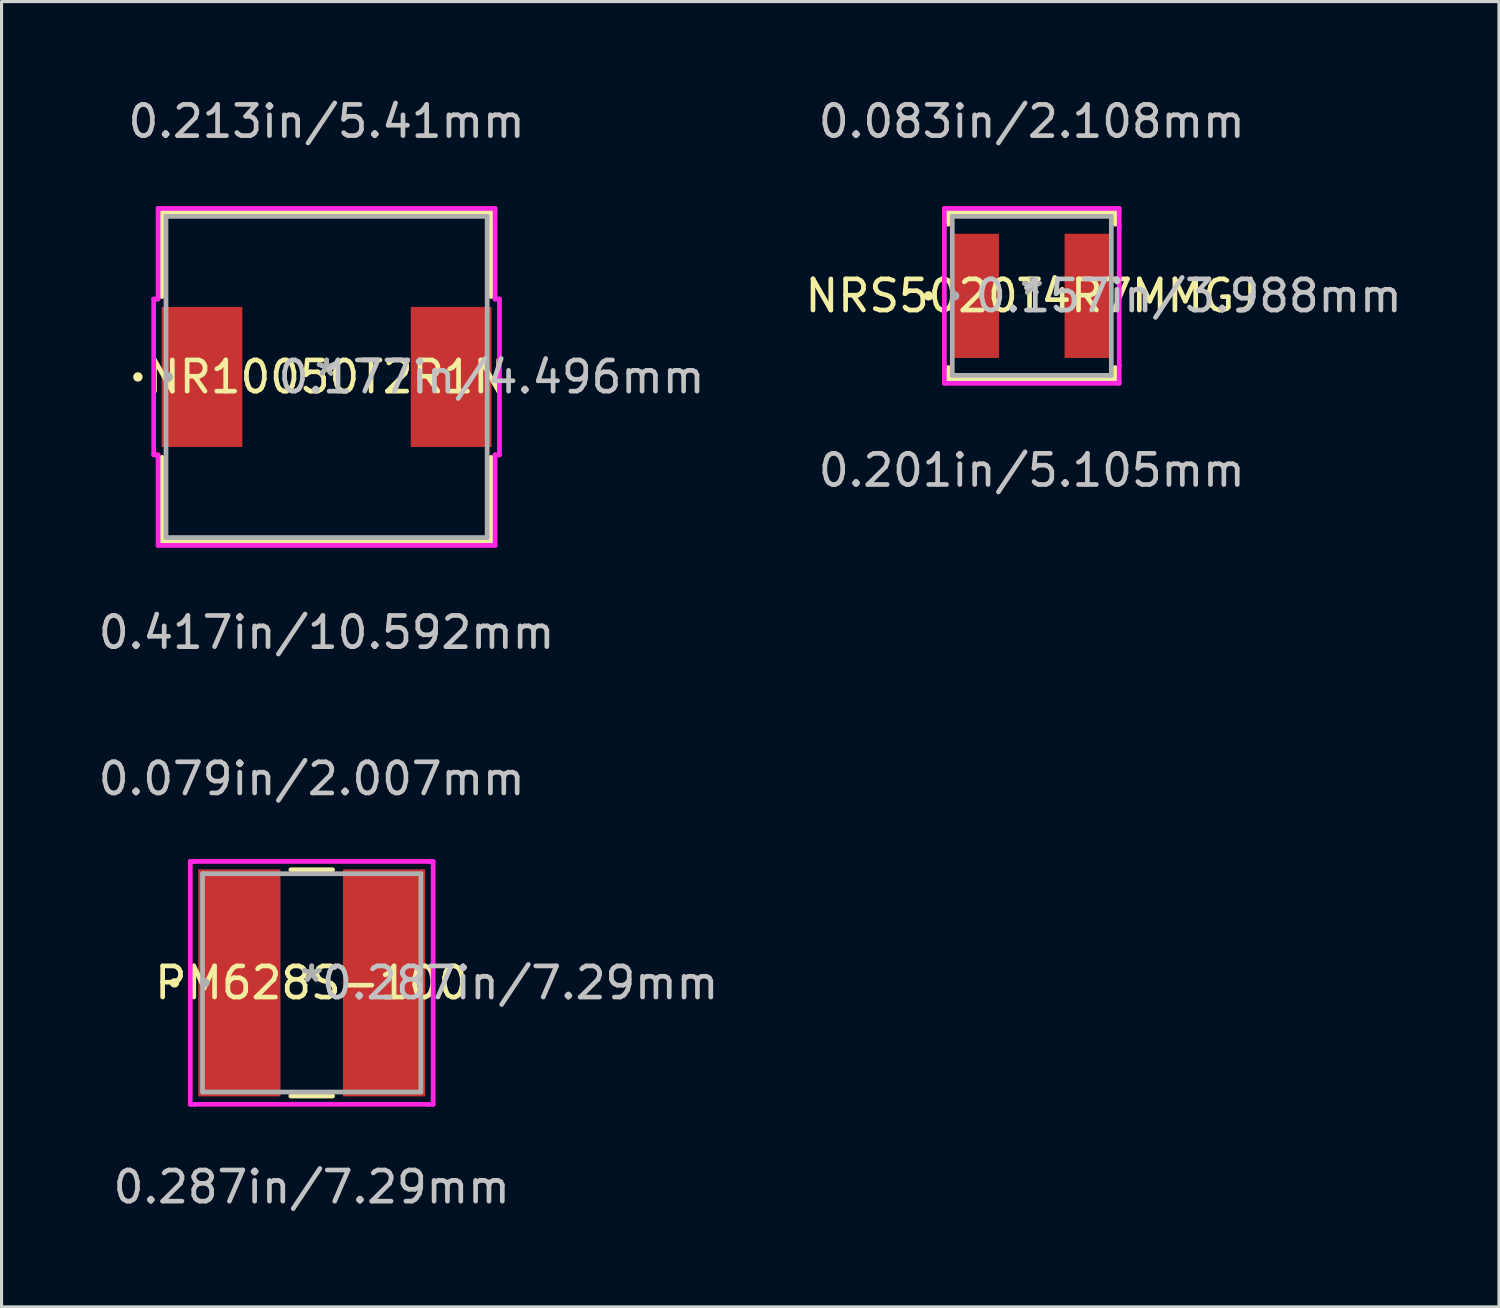
<source format=kicad_pcb>
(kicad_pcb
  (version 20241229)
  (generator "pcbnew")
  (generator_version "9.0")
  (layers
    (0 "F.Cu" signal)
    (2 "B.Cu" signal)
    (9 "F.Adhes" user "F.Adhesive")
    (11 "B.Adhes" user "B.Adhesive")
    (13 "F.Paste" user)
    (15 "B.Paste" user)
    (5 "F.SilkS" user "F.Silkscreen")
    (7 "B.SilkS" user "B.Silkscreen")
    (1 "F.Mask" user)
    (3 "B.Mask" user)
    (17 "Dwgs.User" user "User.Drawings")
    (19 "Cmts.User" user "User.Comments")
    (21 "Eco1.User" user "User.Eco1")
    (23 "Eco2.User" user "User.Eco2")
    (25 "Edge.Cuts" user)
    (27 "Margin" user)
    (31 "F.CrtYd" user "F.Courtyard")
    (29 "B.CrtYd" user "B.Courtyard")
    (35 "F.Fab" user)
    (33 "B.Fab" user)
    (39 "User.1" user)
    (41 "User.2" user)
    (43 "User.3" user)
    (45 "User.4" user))
  (footprint "PM628S-100"
    (layer "F.Cu")
    (at 6.958 28.506)
    (property "Reference" "PM628S-100" (at 0 0 0) (layer "F.SilkS") (effects (font (size 1 1) (thickness 0.15))))
    (attr through_hole)
    (fp_line (start -0.671 3.632) (end 0.671 3.632) (stroke (width 0.152) (type solid)) (layer "F.SilkS"))
    (fp_line (start 0.671 -3.632) (end -0.671 -3.632) (stroke (width 0.152) (type solid)) (layer "F.SilkS"))
    (fp_circle (center -4.407 0) (end -4.331 0) (stroke (width 0.152) (type solid)) (fill no) (layer "F.SilkS"))
    (fp_line (start -3.899 -3.899) (end -3.759 -3.899) (stroke (width 0.152) (type solid)) (layer "F.CrtYd"))
    (fp_line (start -3.899 3.899) (end -3.899 -3.899) (stroke (width 0.152) (type solid)) (layer "F.CrtYd"))
    (fp_line (start -3.759 -3.899) (end -3.759 -3.899) (stroke (width 0.152) (type solid)) (layer "F.CrtYd"))
    (fp_line (start -3.759 -3.899) (end 3.759 -3.899) (stroke (width 0.152) (type solid)) (layer "F.CrtYd"))
    (fp_line (start -3.759 3.899) (end -3.899 3.899) (stroke (width 0.152) (type solid)) (layer "F.CrtYd"))
    (fp_line (start -3.759 3.899) (end -3.759 3.899) (stroke (width 0.152) (type solid)) (layer "F.CrtYd"))
    (fp_line (start 3.759 -3.899) (end 3.759 -3.899) (stroke (width 0.152) (type solid)) (layer "F.CrtYd"))
    (fp_line (start 3.759 -3.899) (end 3.899 -3.899) (stroke (width 0.152) (type solid)) (layer "F.CrtYd"))
    (fp_line (start 3.759 3.899) (end -3.759 3.899) (stroke (width 0.152) (type solid)) (layer "F.CrtYd"))
    (fp_line (start 3.759 3.899) (end 3.759 3.899) (stroke (width 0.152) (type solid)) (layer "F.CrtYd"))
    (fp_line (start 3.899 -3.899) (end 3.899 3.899) (stroke (width 0.152) (type solid)) (layer "F.CrtYd"))
    (fp_line (start 3.899 3.899) (end 3.759 3.899) (stroke (width 0.152) (type solid)) (layer "F.CrtYd"))
    (fp_line (start -3.505 -3.505) (end -3.505 3.505) (stroke (width 0.152) (type solid)) (layer "F.Fab"))
    (fp_line (start -3.505 3.505) (end 3.505 3.505) (stroke (width 0.152) (type solid)) (layer "F.Fab"))
    (fp_line (start 3.505 -3.505) (end -3.505 -3.505) (stroke (width 0.152) (type solid)) (layer "F.Fab"))
    (fp_line (start 3.505 3.505) (end 3.505 -3.505) (stroke (width 0.152) (type solid)) (layer "F.Fab"))
    (fp_circle (center -3.429 0) (end -3.353 0) (stroke (width 0.152) (type solid)) (fill no) (layer "F.Fab"))
    (fp_text user "*" (at 0 0 0) (layer "F.SilkS") (effects (font (size 1 1) (thickness 0.15))))
    (fp_text user "0.287in/7.29mm" (at 6.693 0 0) (layer "Dwgs.User") (effects (font (size 1 1) (thickness 0.15))))
    (fp_text user "0.287in/7.29mm" (at 0 6.553 0) (layer "Dwgs.User") (effects (font (size 1 1) (thickness 0.15))))
    (fp_text user "0.079in/2.007mm" (at 0 -6.553 0) (layer "Dwgs.User") (effects (font (size 1 1) (thickness 0.15))))
    (fp_text user "Copyright 2016 Accelerated Designs. All rights reserved." (at 0 0 0) (layer "Cmts.User") (effects (font (size 0.127 0.127) (thickness 0.002))))
    (fp_text user "*" (at 0 0 0) (layer "F.Fab") (effects (font (size 1 1) (thickness 0.15))))
    (pad "1" smd rect (at -2.324 0) (size 2.642 7.29) (layers "F.Cu" "F.Mask" "F.Paste"))
    (pad "2" smd rect (at 2.324 0) (size 2.642 7.29) (layers "F.Cu" "F.Mask" "F.Paste")))
  (footprint "NR10050T2R1N"
    (layer "F.Cu")
    (at 7.435 9.052)
    (property "Reference" "NR10050T2R1N" (at 0 0 0) (layer "F.SilkS") (effects (font (size 1 1) (thickness 0.15))))
    (attr through_hole)
    (fp_line (start -5.283 -5.283) (end -5.283 -2.581) (stroke (width 0.152) (type solid)) (layer "F.SilkS"))
    (fp_line (start -5.283 2.581) (end -5.283 5.283) (stroke (width 0.152) (type solid)) (layer "F.SilkS"))
    (fp_line (start -5.283 5.283) (end 5.283 5.283) (stroke (width 0.152) (type solid)) (layer "F.SilkS"))
    (fp_line (start 5.283 -5.283) (end -5.283 -5.283) (stroke (width 0.152) (type solid)) (layer "F.SilkS"))
    (fp_line (start 5.283 -2.581) (end 5.283 -5.283) (stroke (width 0.152) (type solid)) (layer "F.SilkS"))
    (fp_line (start 5.283 5.283) (end 5.283 2.581) (stroke (width 0.152) (type solid)) (layer "F.SilkS"))
    (fp_circle (center -6.058 0) (end -5.982 0) (stroke (width 0.152) (type solid)) (fill no) (layer "F.SilkS"))
    (fp_line (start -5.55 -2.502) (end -5.41 -2.502) (stroke (width 0.152) (type solid)) (layer "F.CrtYd"))
    (fp_line (start -5.55 2.502) (end -5.55 -2.502) (stroke (width 0.152) (type solid)) (layer "F.CrtYd"))
    (fp_line (start -5.41 -5.41) (end 5.41 -5.41) (stroke (width 0.152) (type solid)) (layer "F.CrtYd"))
    (fp_line (start -5.41 -2.502) (end -5.41 -5.41) (stroke (width 0.152) (type solid)) (layer "F.CrtYd"))
    (fp_line (start -5.41 2.502) (end -5.55 2.502) (stroke (width 0.152) (type solid)) (layer "F.CrtYd"))
    (fp_line (start -5.41 5.41) (end -5.41 2.502) (stroke (width 0.152) (type solid)) (layer "F.CrtYd"))
    (fp_line (start 5.41 -5.41) (end 5.41 -2.502) (stroke (width 0.152) (type solid)) (layer "F.CrtYd"))
    (fp_line (start 5.41 -2.502) (end 5.55 -2.502) (stroke (width 0.152) (type solid)) (layer "F.CrtYd"))
    (fp_line (start 5.41 2.502) (end 5.41 5.41) (stroke (width 0.152) (type solid)) (layer "F.CrtYd"))
    (fp_line (start 5.41 5.41) (end -5.41 5.41) (stroke (width 0.152) (type solid)) (layer "F.CrtYd"))
    (fp_line (start 5.55 -2.502) (end 5.55 2.502) (stroke (width 0.152) (type solid)) (layer "F.CrtYd"))
    (fp_line (start 5.55 2.502) (end 5.41 2.502) (stroke (width 0.152) (type solid)) (layer "F.CrtYd"))
    (fp_line (start -5.156 -5.156) (end -5.156 5.156) (stroke (width 0.152) (type solid)) (layer "F.Fab"))
    (fp_line (start -5.156 5.156) (end 5.156 5.156) (stroke (width 0.152) (type solid)) (layer "F.Fab"))
    (fp_line (start 5.156 -5.156) (end -5.156 -5.156) (stroke (width 0.152) (type solid)) (layer "F.Fab"))
    (fp_line (start 5.156 5.156) (end 5.156 -5.156) (stroke (width 0.152) (type solid)) (layer "F.Fab"))
    (fp_circle (center -5.08 0) (end -5.004 0) (stroke (width 0.152) (type solid)) (fill no) (layer "F.Fab"))
    (fp_text user "*" (at 0 0 0) (layer "F.SilkS") (effects (font (size 1 1) (thickness 0.15))))
    (fp_text user "0.177in/4.496mm" (at 5.296 0 0) (layer "Dwgs.User") (effects (font (size 1 1) (thickness 0.15))))
    (fp_text user "0.213in/5.41mm" (at 0 -8.204 0) (layer "Dwgs.User") (effects (font (size 1 1) (thickness 0.15))))
    (fp_text user "0.417in/10.592mm" (at 0 8.204 0) (layer "Dwgs.User") (effects (font (size 1 1) (thickness 0.15))))
    (fp_text user "Copyright 2016 Accelerated Designs. All rights reserved." (at 0 0 0) (layer "Cmts.User") (effects (font (size 0.127 0.127) (thickness 0.002))))
    (fp_text user "*" (at 0 0 0) (layer "F.Fab") (effects (font (size 1 1) (thickness 0.15))))
    (pad "1" smd rect (at -4 0) (size 2.591 4.496) (layers "F.Cu" "F.Mask" "F.Paste"))
    (pad "2" smd rect (at 4 0) (size 2.591 4.496) (layers "F.Cu" "F.Mask" "F.Paste")))
  (footprint "NRS5020T4R7MMGJ"
    (layer "F.Cu")
    (at 30.076 6.449)
    (property "Reference" "NRS5020T4R7MMGJ" (at 0 0 0) (layer "F.SilkS") (effects (font (size 1 1) (thickness 0.15))))
    (attr through_hole)
    (fp_line (start -2.68 -2.68) (end -2.68 -2.301) (stroke (width 0.152) (type solid)) (layer "F.SilkS"))
    (fp_line (start -2.68 2.301) (end -2.68 2.68) (stroke (width 0.152) (type solid)) (layer "F.SilkS"))
    (fp_line (start -2.68 2.68) (end 2.68 2.68) (stroke (width 0.152) (type solid)) (layer "F.SilkS"))
    (fp_line (start 2.68 -2.68) (end -2.68 -2.68) (stroke (width 0.152) (type solid)) (layer "F.SilkS"))
    (fp_line (start 2.68 -2.301) (end 2.68 -2.68) (stroke (width 0.152) (type solid)) (layer "F.SilkS"))
    (fp_line (start 2.68 2.68) (end 2.68 2.301) (stroke (width 0.152) (type solid)) (layer "F.SilkS"))
    (fp_circle (center -3.315 0) (end -3.239 0) (stroke (width 0.152) (type solid)) (fill no) (layer "F.SilkS"))
    (fp_line (start -2.807 -2.807) (end 2.807 -2.807) (stroke (width 0.152) (type solid)) (layer "F.CrtYd"))
    (fp_line (start -2.807 -2.248) (end -2.807 -2.807) (stroke (width 0.152) (type solid)) (layer "F.CrtYd"))
    (fp_line (start -2.807 -2.248) (end -2.807 -2.248) (stroke (width 0.152) (type solid)) (layer "F.CrtYd"))
    (fp_line (start -2.807 2.248) (end -2.807 -2.248) (stroke (width 0.152) (type solid)) (layer "F.CrtYd"))
    (fp_line (start -2.807 2.248) (end -2.807 2.248) (stroke (width 0.152) (type solid)) (layer "F.CrtYd"))
    (fp_line (start -2.807 2.807) (end -2.807 2.248) (stroke (width 0.152) (type solid)) (layer "F.CrtYd"))
    (fp_line (start 2.807 -2.807) (end 2.807 -2.248) (stroke (width 0.152) (type solid)) (layer "F.CrtYd"))
    (fp_line (start 2.807 -2.248) (end 2.807 -2.248) (stroke (width 0.152) (type solid)) (layer "F.CrtYd"))
    (fp_line (start 2.807 -2.248) (end 2.807 2.248) (stroke (width 0.152) (type solid)) (layer "F.CrtYd"))
    (fp_line (start 2.807 2.248) (end 2.807 2.248) (stroke (width 0.152) (type solid)) (layer "F.CrtYd"))
    (fp_line (start 2.807 2.248) (end 2.807 2.807) (stroke (width 0.152) (type solid)) (layer "F.CrtYd"))
    (fp_line (start 2.807 2.807) (end -2.807 2.807) (stroke (width 0.152) (type solid)) (layer "F.CrtYd"))
    (fp_line (start -2.553 -2.553) (end -2.553 2.553) (stroke (width 0.152) (type solid)) (layer "F.Fab"))
    (fp_line (start -2.553 2.553) (end 2.553 2.553) (stroke (width 0.152) (type solid)) (layer "F.Fab"))
    (fp_line (start 2.553 -2.553) (end -2.553 -2.553) (stroke (width 0.152) (type solid)) (layer "F.Fab"))
    (fp_line (start 2.553 2.553) (end 2.553 -2.553) (stroke (width 0.152) (type solid)) (layer "F.Fab"))
    (fp_circle (center -2.477 0) (end -2.4 0) (stroke (width 0.152) (type solid)) (fill no) (layer "F.Fab"))
    (fp_text user "*" (at 0 0 0) (layer "F.SilkS") (effects (font (size 1 1) (thickness 0.15))))
    (fp_text user "0.157in/3.988mm" (at 5.042 0 0) (layer "Dwgs.User") (effects (font (size 1 1) (thickness 0.15))))
    (fp_text user "0.201in/5.105mm" (at 0 5.601 0) (layer "Dwgs.User") (effects (font (size 1 1) (thickness 0.15))))
    (fp_text user "0.083in/2.108mm" (at 0 -5.601 0) (layer "Dwgs.User") (effects (font (size 1 1) (thickness 0.15))))
    (fp_text user "Copyright 2016 Accelerated Designs. All rights reserved." (at 0 0 0) (layer "Cmts.User") (effects (font (size 0.127 0.127) (thickness 0.002))))
    (fp_text user "*" (at 0 0 0) (layer "F.Fab") (effects (font (size 1 1) (thickness 0.15))))
    (pad "1" smd rect (at -1.803 0) (size 1.499 3.988) (layers "F.Cu" "F.Mask" "F.Paste"))
    (pad "2" smd rect (at 1.803 0) (size 1.499 3.988) (layers "F.Cu" "F.Mask" "F.Paste")))
  (gr_rect
    (start -3 -3)
    (end 45.076 38.908)
    (stroke (width 0.1) (type default))
    (fill no)
    (layer "Edge.Cuts")))
</source>
